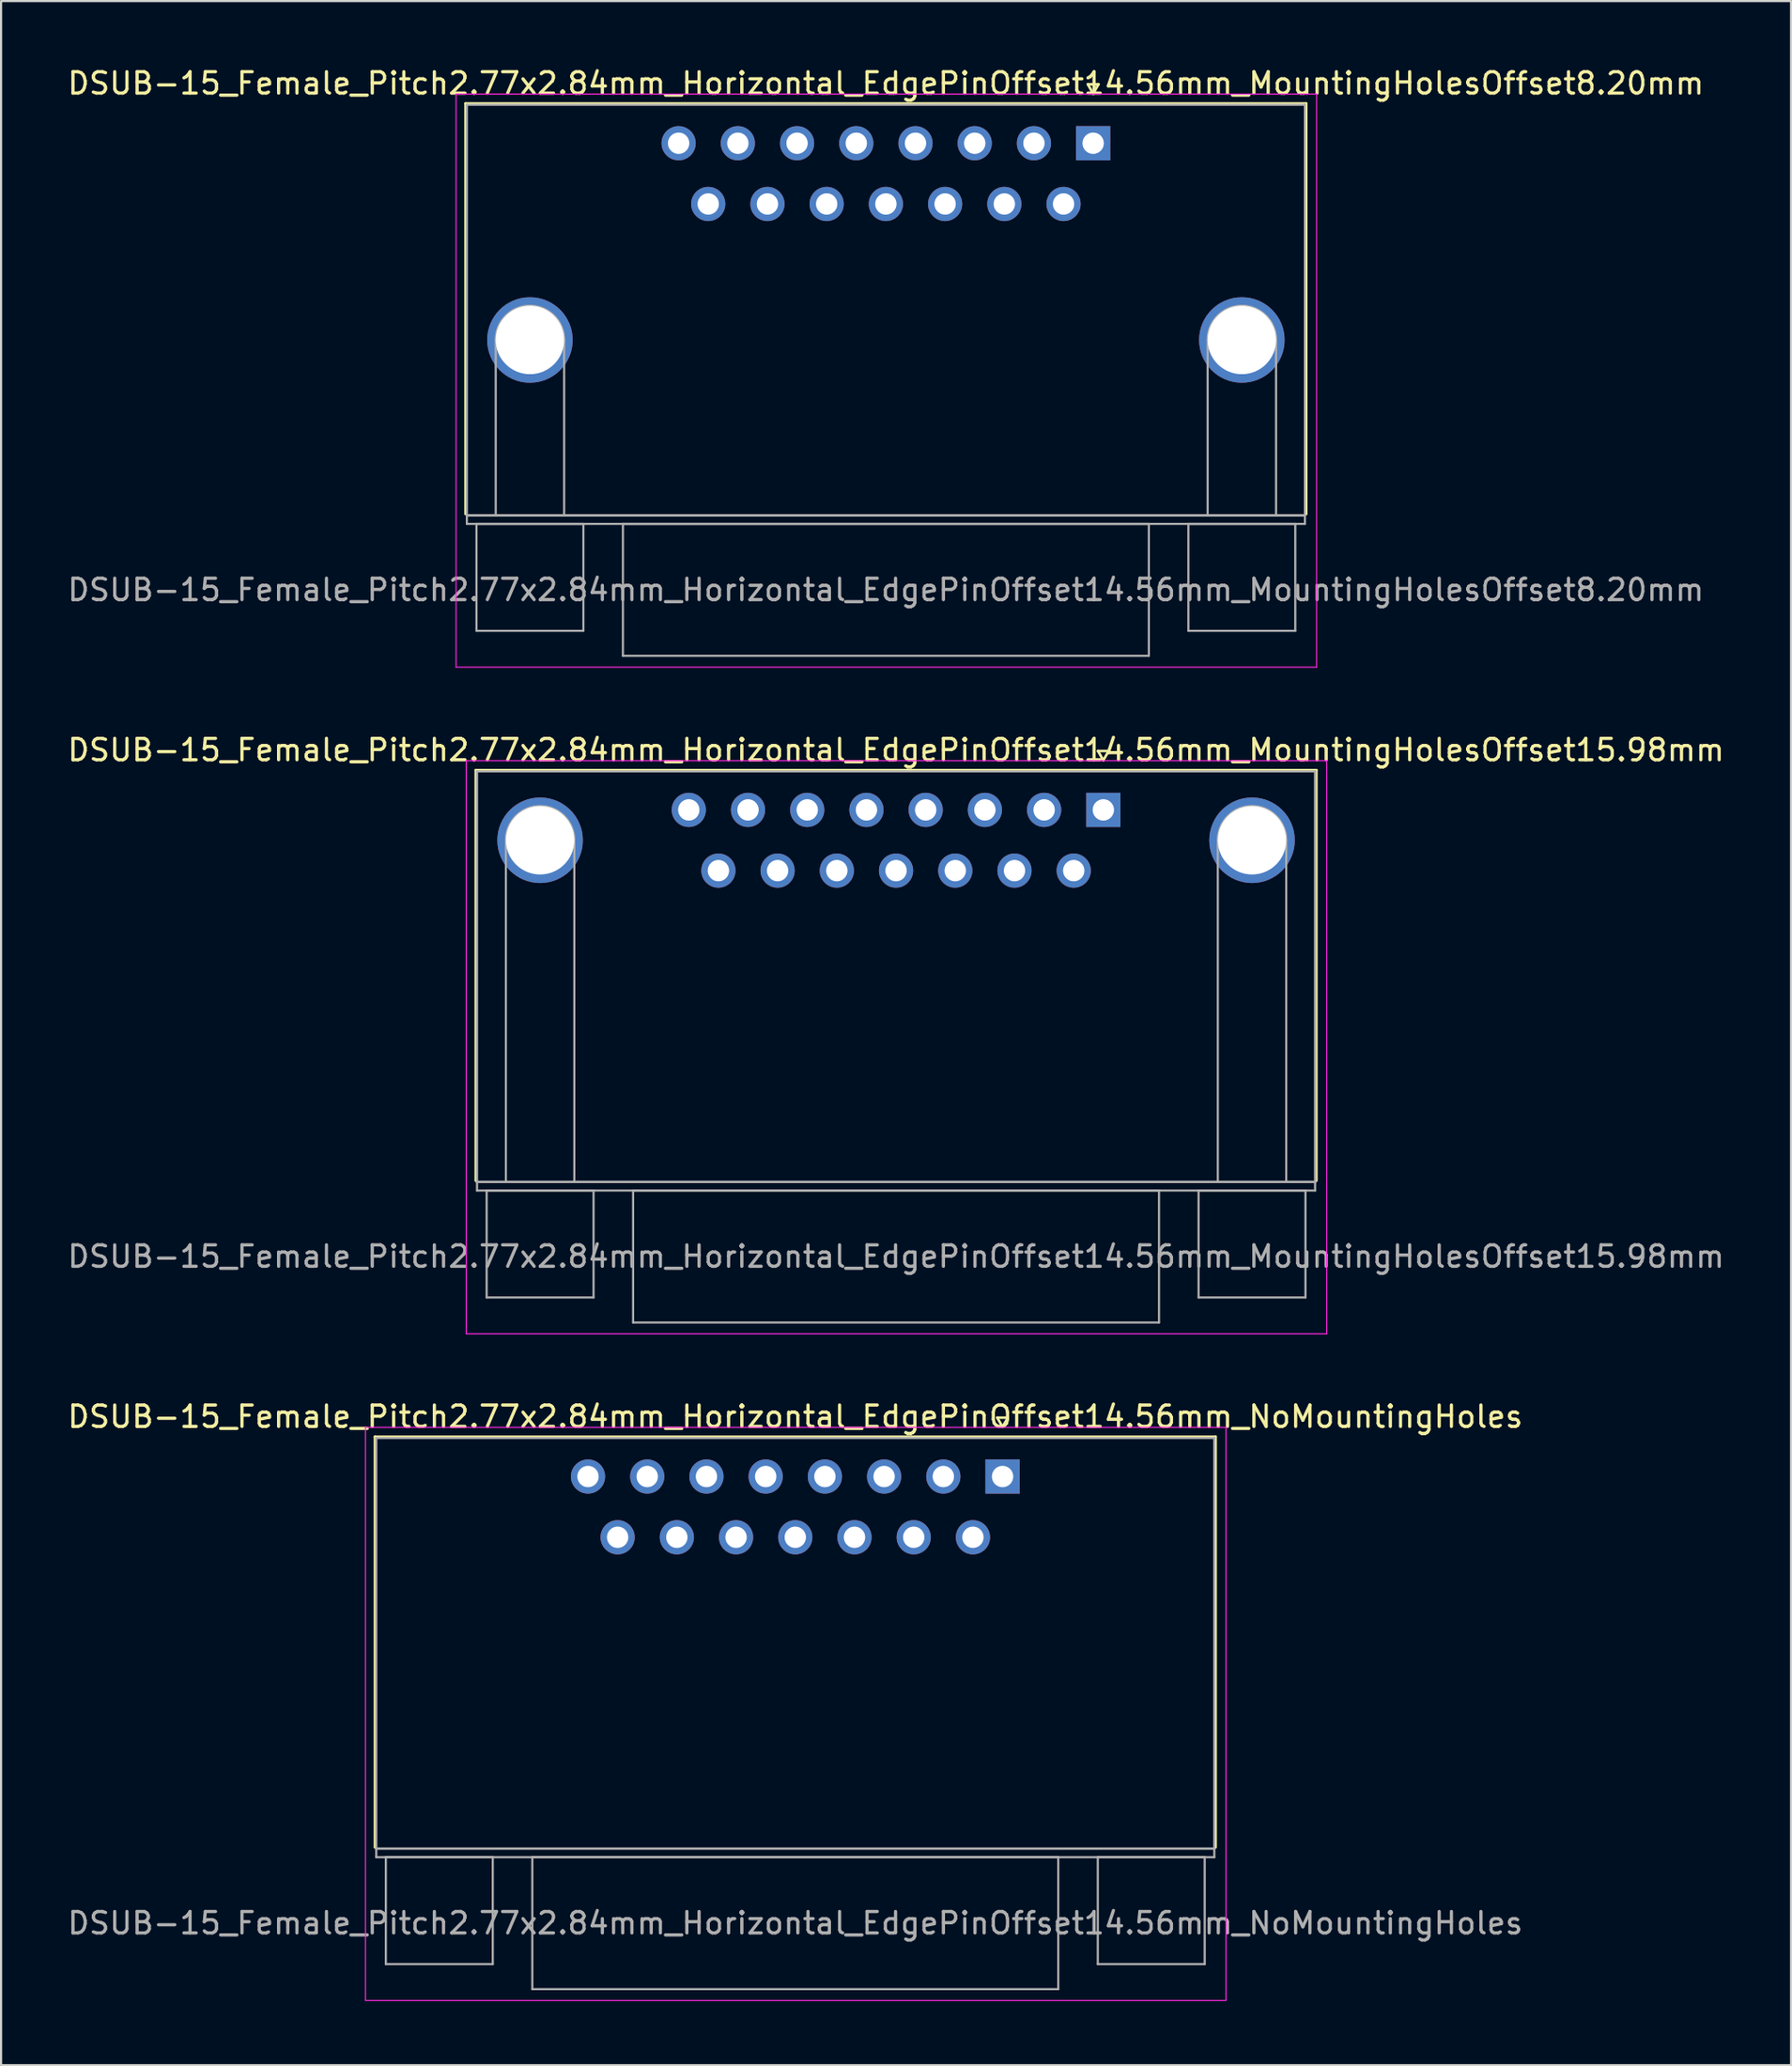
<source format=kicad_pcb>
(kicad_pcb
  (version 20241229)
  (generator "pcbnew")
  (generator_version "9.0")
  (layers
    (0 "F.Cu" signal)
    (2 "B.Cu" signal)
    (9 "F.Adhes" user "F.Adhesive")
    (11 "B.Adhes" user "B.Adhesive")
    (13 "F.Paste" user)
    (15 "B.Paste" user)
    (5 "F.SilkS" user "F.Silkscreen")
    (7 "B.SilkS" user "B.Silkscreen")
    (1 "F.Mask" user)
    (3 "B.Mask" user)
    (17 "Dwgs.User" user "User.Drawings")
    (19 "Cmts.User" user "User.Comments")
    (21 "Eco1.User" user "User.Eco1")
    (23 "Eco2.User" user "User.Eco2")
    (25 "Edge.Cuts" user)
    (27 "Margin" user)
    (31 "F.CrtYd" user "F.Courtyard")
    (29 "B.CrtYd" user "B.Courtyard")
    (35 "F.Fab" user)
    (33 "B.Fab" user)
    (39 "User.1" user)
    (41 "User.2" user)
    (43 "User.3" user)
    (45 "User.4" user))
  (footprint "DSUB-15_Female_Pitch2.77x2.84mm_Horizontal_EdgePinOffset14.56mm_MountingHolesOffset15.98mm"
    (layer "F.Cu")
    (at 48.558 34.822)
    (property "Reference" "DSUB-15_Female_Pitch2.77x2.84mm_Horizontal_EdgePinOffset14.56mm_MountingHolesOffset15.98mm" (at -9.695 -2.8 0) (layer "F.SilkS") (effects (font (size 1 1) (thickness 0.15))))
    (attr through_hole)
    (fp_line (start -29.355 -1.86) (end 9.965 -1.86) (stroke (width 0.12) (type solid)) (layer "F.SilkS"))
    (fp_line (start -29.355 17.34) (end -29.355 -1.86) (stroke (width 0.12) (type solid)) (layer "F.SilkS"))
    (fp_line (start -0.25 -2.754) (end 0.25 -2.754) (stroke (width 0.12) (type solid)) (layer "F.SilkS"))
    (fp_line (start 0 -2.321) (end -0.25 -2.754) (stroke (width 0.12) (type solid)) (layer "F.SilkS"))
    (fp_line (start 0.25 -2.754) (end 0 -2.321) (stroke (width 0.12) (type solid)) (layer "F.SilkS"))
    (fp_line (start 9.965 -1.86) (end 9.965 17.34) (stroke (width 0.12) (type solid)) (layer "F.SilkS"))
    (fp_line (start -29.8 -2.3) (end -29.8 24.5) (stroke (width 0.05) (type solid)) (layer "F.CrtYd"))
    (fp_line (start -29.8 24.5) (end 10.45 24.5) (stroke (width 0.05) (type solid)) (layer "F.CrtYd"))
    (fp_line (start 10.45 -2.3) (end -29.8 -2.3) (stroke (width 0.05) (type solid)) (layer "F.CrtYd"))
    (fp_line (start 10.45 24.5) (end 10.45 -2.3) (stroke (width 0.05) (type solid)) (layer "F.CrtYd"))
    (fp_line (start -29.295 -1.8) (end -29.295 17.4) (stroke (width 0.1) (type solid)) (layer "F.Fab"))
    (fp_line (start -29.295 17.4) (end -29.295 17.8) (stroke (width 0.1) (type solid)) (layer "F.Fab"))
    (fp_line (start -29.295 17.4) (end 9.905 17.4) (stroke (width 0.1) (type solid)) (layer "F.Fab"))
    (fp_line (start -29.295 17.8) (end 9.905 17.8) (stroke (width 0.1) (type solid)) (layer "F.Fab"))
    (fp_line (start -28.845 17.8) (end -28.845 22.8) (stroke (width 0.1) (type solid)) (layer "F.Fab"))
    (fp_line (start -28.845 22.8) (end -23.845 22.8) (stroke (width 0.1) (type solid)) (layer "F.Fab"))
    (fp_line (start -27.945 17.4) (end -27.945 1.42) (stroke (width 0.1) (type solid)) (layer "F.Fab"))
    (fp_line (start -24.745 17.4) (end -24.745 1.42) (stroke (width 0.1) (type solid)) (layer "F.Fab"))
    (fp_line (start -23.845 17.8) (end -28.845 17.8) (stroke (width 0.1) (type solid)) (layer "F.Fab"))
    (fp_line (start -23.845 22.8) (end -23.845 17.8) (stroke (width 0.1) (type solid)) (layer "F.Fab"))
    (fp_line (start -21.995 17.8) (end -21.995 23.97) (stroke (width 0.1) (type solid)) (layer "F.Fab"))
    (fp_line (start -21.995 23.97) (end 2.605 23.97) (stroke (width 0.1) (type solid)) (layer "F.Fab"))
    (fp_line (start 2.605 17.8) (end -21.995 17.8) (stroke (width 0.1) (type solid)) (layer "F.Fab"))
    (fp_line (start 2.605 23.97) (end 2.605 17.8) (stroke (width 0.1) (type solid)) (layer "F.Fab"))
    (fp_line (start 4.455 17.8) (end 4.455 22.8) (stroke (width 0.1) (type solid)) (layer "F.Fab"))
    (fp_line (start 4.455 22.8) (end 9.455 22.8) (stroke (width 0.1) (type solid)) (layer "F.Fab"))
    (fp_line (start 5.355 17.4) (end 5.355 1.42) (stroke (width 0.1) (type solid)) (layer "F.Fab"))
    (fp_line (start 8.555 17.4) (end 8.555 1.42) (stroke (width 0.1) (type solid)) (layer "F.Fab"))
    (fp_line (start 9.455 17.8) (end 4.455 17.8) (stroke (width 0.1) (type solid)) (layer "F.Fab"))
    (fp_line (start 9.455 22.8) (end 9.455 17.8) (stroke (width 0.1) (type solid)) (layer "F.Fab"))
    (fp_line (start 9.905 -1.8) (end -29.295 -1.8) (stroke (width 0.1) (type solid)) (layer "F.Fab"))
    (fp_line (start 9.905 17.4) (end -29.295 17.4) (stroke (width 0.1) (type solid)) (layer "F.Fab"))
    (fp_line (start 9.905 17.4) (end 9.905 -1.8) (stroke (width 0.1) (type solid)) (layer "F.Fab"))
    (fp_line (start 9.905 17.8) (end 9.905 17.4) (stroke (width 0.1) (type solid)) (layer "F.Fab"))
    (fp_arc (start -27.945 1.42) (mid -26.345 -0.18) (end -24.745 1.42) (stroke (width 0.1) (type solid)) (layer "F.Fab"))
    (fp_arc (start 5.355 1.42) (mid 6.955 -0.18) (end 8.555 1.42) (stroke (width 0.1) (type solid)) (layer "F.Fab"))
    (fp_text user "${REFERENCE}" (at -9.695 20.885 0) (layer "F.Fab") (effects (font (size 1 1) (thickness 0.15))))
    (pad "0" thru_hole circle (at -26.345 1.42) (size 4 4) (drill 3.2) (layers "*.Cu" "*.Mask"))
    (pad "0" thru_hole circle (at 6.955 1.42) (size 4 4) (drill 3.2) (layers "*.Cu" "*.Mask"))
    (pad "1" thru_hole rect (at 0 0) (size 1.6 1.6) (drill 1) (layers "*.Cu" "*.Mask"))
    (pad "2" thru_hole circle (at -2.77 0) (size 1.6 1.6) (drill 1) (layers "*.Cu" "*.Mask"))
    (pad "3" thru_hole circle (at -5.54 0) (size 1.6 1.6) (drill 1) (layers "*.Cu" "*.Mask"))
    (pad "4" thru_hole circle (at -8.31 0) (size 1.6 1.6) (drill 1) (layers "*.Cu" "*.Mask"))
    (pad "5" thru_hole circle (at -11.08 0) (size 1.6 1.6) (drill 1) (layers "*.Cu" "*.Mask"))
    (pad "6" thru_hole circle (at -13.85 0) (size 1.6 1.6) (drill 1) (layers "*.Cu" "*.Mask"))
    (pad "7" thru_hole circle (at -16.62 0) (size 1.6 1.6) (drill 1) (layers "*.Cu" "*.Mask"))
    (pad "8" thru_hole circle (at -19.39 0) (size 1.6 1.6) (drill 1) (layers "*.Cu" "*.Mask"))
    (pad "9" thru_hole circle (at -1.385 2.84) (size 1.6 1.6) (drill 1) (layers "*.Cu" "*.Mask"))
    (pad "10" thru_hole circle (at -4.155 2.84) (size 1.6 1.6) (drill 1) (layers "*.Cu" "*.Mask"))
    (pad "11" thru_hole circle (at -6.925 2.84) (size 1.6 1.6) (drill 1) (layers "*.Cu" "*.Mask"))
    (pad "12" thru_hole circle (at -9.695 2.84) (size 1.6 1.6) (drill 1) (layers "*.Cu" "*.Mask"))
    (pad "13" thru_hole circle (at -12.465 2.84) (size 1.6 1.6) (drill 1) (layers "*.Cu" "*.Mask"))
    (pad "14" thru_hole circle (at -15.235 2.84) (size 1.6 1.6) (drill 1) (layers "*.Cu" "*.Mask"))
    (pad "15" thru_hole circle (at -18.005 2.84) (size 1.6 1.6) (drill 1) (layers "*.Cu" "*.Mask")))
  (footprint "DSUB-15_Female_Pitch2.77x2.84mm_Horizontal_EdgePinOffset14.56mm_MountingHolesOffset8.20mm"
    (layer "F.Cu")
    (at 48.082 3.648)
    (property "Reference" "DSUB-15_Female_Pitch2.77x2.84mm_Horizontal_EdgePinOffset14.56mm_MountingHolesOffset8.20mm" (at -9.695 -2.8 0) (layer "F.SilkS") (effects (font (size 1 1) (thickness 0.15))))
    (attr through_hole)
    (fp_line (start -29.355 -1.86) (end 9.965 -1.86) (stroke (width 0.12) (type solid)) (layer "F.SilkS"))
    (fp_line (start -29.355 17.34) (end -29.355 -1.86) (stroke (width 0.12) (type solid)) (layer "F.SilkS"))
    (fp_line (start -0.25 -2.754) (end 0.25 -2.754) (stroke (width 0.12) (type solid)) (layer "F.SilkS"))
    (fp_line (start 0 -2.321) (end -0.25 -2.754) (stroke (width 0.12) (type solid)) (layer "F.SilkS"))
    (fp_line (start 0.25 -2.754) (end 0 -2.321) (stroke (width 0.12) (type solid)) (layer "F.SilkS"))
    (fp_line (start 9.965 -1.86) (end 9.965 17.34) (stroke (width 0.12) (type solid)) (layer "F.SilkS"))
    (fp_line (start -29.8 -2.3) (end -29.8 24.5) (stroke (width 0.05) (type solid)) (layer "F.CrtYd"))
    (fp_line (start -29.8 24.5) (end 10.45 24.5) (stroke (width 0.05) (type solid)) (layer "F.CrtYd"))
    (fp_line (start 10.45 -2.3) (end -29.8 -2.3) (stroke (width 0.05) (type solid)) (layer "F.CrtYd"))
    (fp_line (start 10.45 24.5) (end 10.45 -2.3) (stroke (width 0.05) (type solid)) (layer "F.CrtYd"))
    (fp_line (start -29.295 -1.8) (end -29.295 17.4) (stroke (width 0.1) (type solid)) (layer "F.Fab"))
    (fp_line (start -29.295 17.4) (end -29.295 17.8) (stroke (width 0.1) (type solid)) (layer "F.Fab"))
    (fp_line (start -29.295 17.4) (end 9.905 17.4) (stroke (width 0.1) (type solid)) (layer "F.Fab"))
    (fp_line (start -29.295 17.8) (end 9.905 17.8) (stroke (width 0.1) (type solid)) (layer "F.Fab"))
    (fp_line (start -28.845 17.8) (end -28.845 22.8) (stroke (width 0.1) (type solid)) (layer "F.Fab"))
    (fp_line (start -28.845 22.8) (end -23.845 22.8) (stroke (width 0.1) (type solid)) (layer "F.Fab"))
    (fp_line (start -27.945 17.4) (end -27.945 9.2) (stroke (width 0.1) (type solid)) (layer "F.Fab"))
    (fp_line (start -24.745 17.4) (end -24.745 9.2) (stroke (width 0.1) (type solid)) (layer "F.Fab"))
    (fp_line (start -23.845 17.8) (end -28.845 17.8) (stroke (width 0.1) (type solid)) (layer "F.Fab"))
    (fp_line (start -23.845 22.8) (end -23.845 17.8) (stroke (width 0.1) (type solid)) (layer "F.Fab"))
    (fp_line (start -21.995 17.8) (end -21.995 23.97) (stroke (width 0.1) (type solid)) (layer "F.Fab"))
    (fp_line (start -21.995 23.97) (end 2.605 23.97) (stroke (width 0.1) (type solid)) (layer "F.Fab"))
    (fp_line (start 2.605 17.8) (end -21.995 17.8) (stroke (width 0.1) (type solid)) (layer "F.Fab"))
    (fp_line (start 2.605 23.97) (end 2.605 17.8) (stroke (width 0.1) (type solid)) (layer "F.Fab"))
    (fp_line (start 4.455 17.8) (end 4.455 22.8) (stroke (width 0.1) (type solid)) (layer "F.Fab"))
    (fp_line (start 4.455 22.8) (end 9.455 22.8) (stroke (width 0.1) (type solid)) (layer "F.Fab"))
    (fp_line (start 5.355 17.4) (end 5.355 9.2) (stroke (width 0.1) (type solid)) (layer "F.Fab"))
    (fp_line (start 8.555 17.4) (end 8.555 9.2) (stroke (width 0.1) (type solid)) (layer "F.Fab"))
    (fp_line (start 9.455 17.8) (end 4.455 17.8) (stroke (width 0.1) (type solid)) (layer "F.Fab"))
    (fp_line (start 9.455 22.8) (end 9.455 17.8) (stroke (width 0.1) (type solid)) (layer "F.Fab"))
    (fp_line (start 9.905 -1.8) (end -29.295 -1.8) (stroke (width 0.1) (type solid)) (layer "F.Fab"))
    (fp_line (start 9.905 17.4) (end -29.295 17.4) (stroke (width 0.1) (type solid)) (layer "F.Fab"))
    (fp_line (start 9.905 17.4) (end 9.905 -1.8) (stroke (width 0.1) (type solid)) (layer "F.Fab"))
    (fp_line (start 9.905 17.8) (end 9.905 17.4) (stroke (width 0.1) (type solid)) (layer "F.Fab"))
    (fp_arc (start -27.945 9.2) (mid -26.345 7.6) (end -24.745 9.2) (stroke (width 0.1) (type solid)) (layer "F.Fab"))
    (fp_arc (start 5.355 9.2) (mid 6.955 7.6) (end 8.555 9.2) (stroke (width 0.1) (type solid)) (layer "F.Fab"))
    (fp_text user "${REFERENCE}" (at -9.695 20.885 0) (layer "F.Fab") (effects (font (size 1 1) (thickness 0.15))))
    (pad "0" thru_hole circle (at -26.345 9.2) (size 4 4) (drill 3.2) (layers "*.Cu" "*.Mask"))
    (pad "0" thru_hole circle (at 6.955 9.2) (size 4 4) (drill 3.2) (layers "*.Cu" "*.Mask"))
    (pad "1" thru_hole rect (at 0 0) (size 1.6 1.6) (drill 1) (layers "*.Cu" "*.Mask"))
    (pad "2" thru_hole circle (at -2.77 0) (size 1.6 1.6) (drill 1) (layers "*.Cu" "*.Mask"))
    (pad "3" thru_hole circle (at -5.54 0) (size 1.6 1.6) (drill 1) (layers "*.Cu" "*.Mask"))
    (pad "4" thru_hole circle (at -8.31 0) (size 1.6 1.6) (drill 1) (layers "*.Cu" "*.Mask"))
    (pad "5" thru_hole circle (at -11.08 0) (size 1.6 1.6) (drill 1) (layers "*.Cu" "*.Mask"))
    (pad "6" thru_hole circle (at -13.85 0) (size 1.6 1.6) (drill 1) (layers "*.Cu" "*.Mask"))
    (pad "7" thru_hole circle (at -16.62 0) (size 1.6 1.6) (drill 1) (layers "*.Cu" "*.Mask"))
    (pad "8" thru_hole circle (at -19.39 0) (size 1.6 1.6) (drill 1) (layers "*.Cu" "*.Mask"))
    (pad "9" thru_hole circle (at -1.385 2.84) (size 1.6 1.6) (drill 1) (layers "*.Cu" "*.Mask"))
    (pad "10" thru_hole circle (at -4.155 2.84) (size 1.6 1.6) (drill 1) (layers "*.Cu" "*.Mask"))
    (pad "11" thru_hole circle (at -6.925 2.84) (size 1.6 1.6) (drill 1) (layers "*.Cu" "*.Mask"))
    (pad "12" thru_hole circle (at -9.695 2.84) (size 1.6 1.6) (drill 1) (layers "*.Cu" "*.Mask"))
    (pad "13" thru_hole circle (at -12.465 2.84) (size 1.6 1.6) (drill 1) (layers "*.Cu" "*.Mask"))
    (pad "14" thru_hole circle (at -15.235 2.84) (size 1.6 1.6) (drill 1) (layers "*.Cu" "*.Mask"))
    (pad "15" thru_hole circle (at -18.005 2.84) (size 1.6 1.6) (drill 1) (layers "*.Cu" "*.Mask")))
  (footprint "DSUB-15_Female_Pitch2.77x2.84mm_Horizontal_EdgePinOffset14.56mm_NoMountingHoles"
    (layer "F.Cu")
    (at 43.844 65.995)
    (property "Reference" "DSUB-15_Female_Pitch2.77x2.84mm_Horizontal_EdgePinOffset14.56mm_NoMountingHoles" (at -9.695 -2.8 0) (layer "F.SilkS") (effects (font (size 1 1) (thickness 0.15))))
    (attr through_hole)
    (fp_line (start -29.355 -1.86) (end 9.965 -1.86) (stroke (width 0.12) (type solid)) (layer "F.SilkS"))
    (fp_line (start -29.355 17.34) (end -29.355 -1.86) (stroke (width 0.12) (type solid)) (layer "F.SilkS"))
    (fp_line (start -0.25 -2.754) (end 0.25 -2.754) (stroke (width 0.12) (type solid)) (layer "F.SilkS"))
    (fp_line (start 0 -2.321) (end -0.25 -2.754) (stroke (width 0.12) (type solid)) (layer "F.SilkS"))
    (fp_line (start 0.25 -2.754) (end 0 -2.321) (stroke (width 0.12) (type solid)) (layer "F.SilkS"))
    (fp_line (start 9.965 -1.86) (end 9.965 17.34) (stroke (width 0.12) (type solid)) (layer "F.SilkS"))
    (fp_line (start -29.8 -2.3) (end -29.8 24.5) (stroke (width 0.05) (type solid)) (layer "F.CrtYd"))
    (fp_line (start -29.8 24.5) (end 10.45 24.5) (stroke (width 0.05) (type solid)) (layer "F.CrtYd"))
    (fp_line (start 10.45 -2.3) (end -29.8 -2.3) (stroke (width 0.05) (type solid)) (layer "F.CrtYd"))
    (fp_line (start 10.45 24.5) (end 10.45 -2.3) (stroke (width 0.05) (type solid)) (layer "F.CrtYd"))
    (fp_line (start -29.295 -1.8) (end -29.295 17.4) (stroke (width 0.1) (type solid)) (layer "F.Fab"))
    (fp_line (start -29.295 17.4) (end -29.295 17.8) (stroke (width 0.1) (type solid)) (layer "F.Fab"))
    (fp_line (start -29.295 17.4) (end 9.905 17.4) (stroke (width 0.1) (type solid)) (layer "F.Fab"))
    (fp_line (start -29.295 17.8) (end 9.905 17.8) (stroke (width 0.1) (type solid)) (layer "F.Fab"))
    (fp_line (start -28.845 17.8) (end -28.845 22.8) (stroke (width 0.1) (type solid)) (layer "F.Fab"))
    (fp_line (start -28.845 22.8) (end -23.845 22.8) (stroke (width 0.1) (type solid)) (layer "F.Fab"))
    (fp_line (start -23.845 17.8) (end -28.845 17.8) (stroke (width 0.1) (type solid)) (layer "F.Fab"))
    (fp_line (start -23.845 22.8) (end -23.845 17.8) (stroke (width 0.1) (type solid)) (layer "F.Fab"))
    (fp_line (start -21.995 17.8) (end -21.995 23.97) (stroke (width 0.1) (type solid)) (layer "F.Fab"))
    (fp_line (start -21.995 23.97) (end 2.605 23.97) (stroke (width 0.1) (type solid)) (layer "F.Fab"))
    (fp_line (start 2.605 17.8) (end -21.995 17.8) (stroke (width 0.1) (type solid)) (layer "F.Fab"))
    (fp_line (start 2.605 23.97) (end 2.605 17.8) (stroke (width 0.1) (type solid)) (layer "F.Fab"))
    (fp_line (start 4.455 17.8) (end 4.455 22.8) (stroke (width 0.1) (type solid)) (layer "F.Fab"))
    (fp_line (start 4.455 22.8) (end 9.455 22.8) (stroke (width 0.1) (type solid)) (layer "F.Fab"))
    (fp_line (start 9.455 17.8) (end 4.455 17.8) (stroke (width 0.1) (type solid)) (layer "F.Fab"))
    (fp_line (start 9.455 22.8) (end 9.455 17.8) (stroke (width 0.1) (type solid)) (layer "F.Fab"))
    (fp_line (start 9.905 -1.8) (end -29.295 -1.8) (stroke (width 0.1) (type solid)) (layer "F.Fab"))
    (fp_line (start 9.905 17.4) (end -29.295 17.4) (stroke (width 0.1) (type solid)) (layer "F.Fab"))
    (fp_line (start 9.905 17.4) (end 9.905 -1.8) (stroke (width 0.1) (type solid)) (layer "F.Fab"))
    (fp_line (start 9.905 17.8) (end 9.905 17.4) (stroke (width 0.1) (type solid)) (layer "F.Fab"))
    (fp_text user "${REFERENCE}" (at -9.695 20.885 0) (layer "F.Fab") (effects (font (size 1 1) (thickness 0.15))))
    (pad "1" thru_hole rect (at 0 0) (size 1.6 1.6) (drill 1) (layers "*.Cu" "*.Mask"))
    (pad "2" thru_hole circle (at -2.77 0) (size 1.6 1.6) (drill 1) (layers "*.Cu" "*.Mask"))
    (pad "3" thru_hole circle (at -5.54 0) (size 1.6 1.6) (drill 1) (layers "*.Cu" "*.Mask"))
    (pad "4" thru_hole circle (at -8.31 0) (size 1.6 1.6) (drill 1) (layers "*.Cu" "*.Mask"))
    (pad "5" thru_hole circle (at -11.08 0) (size 1.6 1.6) (drill 1) (layers "*.Cu" "*.Mask"))
    (pad "6" thru_hole circle (at -13.85 0) (size 1.6 1.6) (drill 1) (layers "*.Cu" "*.Mask"))
    (pad "7" thru_hole circle (at -16.62 0) (size 1.6 1.6) (drill 1) (layers "*.Cu" "*.Mask"))
    (pad "8" thru_hole circle (at -19.39 0) (size 1.6 1.6) (drill 1) (layers "*.Cu" "*.Mask"))
    (pad "9" thru_hole circle (at -1.385 2.84) (size 1.6 1.6) (drill 1) (layers "*.Cu" "*.Mask"))
    (pad "10" thru_hole circle (at -4.155 2.84) (size 1.6 1.6) (drill 1) (layers "*.Cu" "*.Mask"))
    (pad "11" thru_hole circle (at -6.925 2.84) (size 1.6 1.6) (drill 1) (layers "*.Cu" "*.Mask"))
    (pad "12" thru_hole circle (at -9.695 2.84) (size 1.6 1.6) (drill 1) (layers "*.Cu" "*.Mask"))
    (pad "13" thru_hole circle (at -12.465 2.84) (size 1.6 1.6) (drill 1) (layers "*.Cu" "*.Mask"))
    (pad "14" thru_hole circle (at -15.235 2.84) (size 1.6 1.6) (drill 1) (layers "*.Cu" "*.Mask"))
    (pad "15" thru_hole circle (at -18.005 2.84) (size 1.6 1.6) (drill 1) (layers "*.Cu" "*.Mask")))
  (gr_rect
    (start -3 -3)
    (end 80.726 93.52)
    (stroke (width 0.1) (type default))
    (fill no)
    (layer "Edge.Cuts")))
</source>
